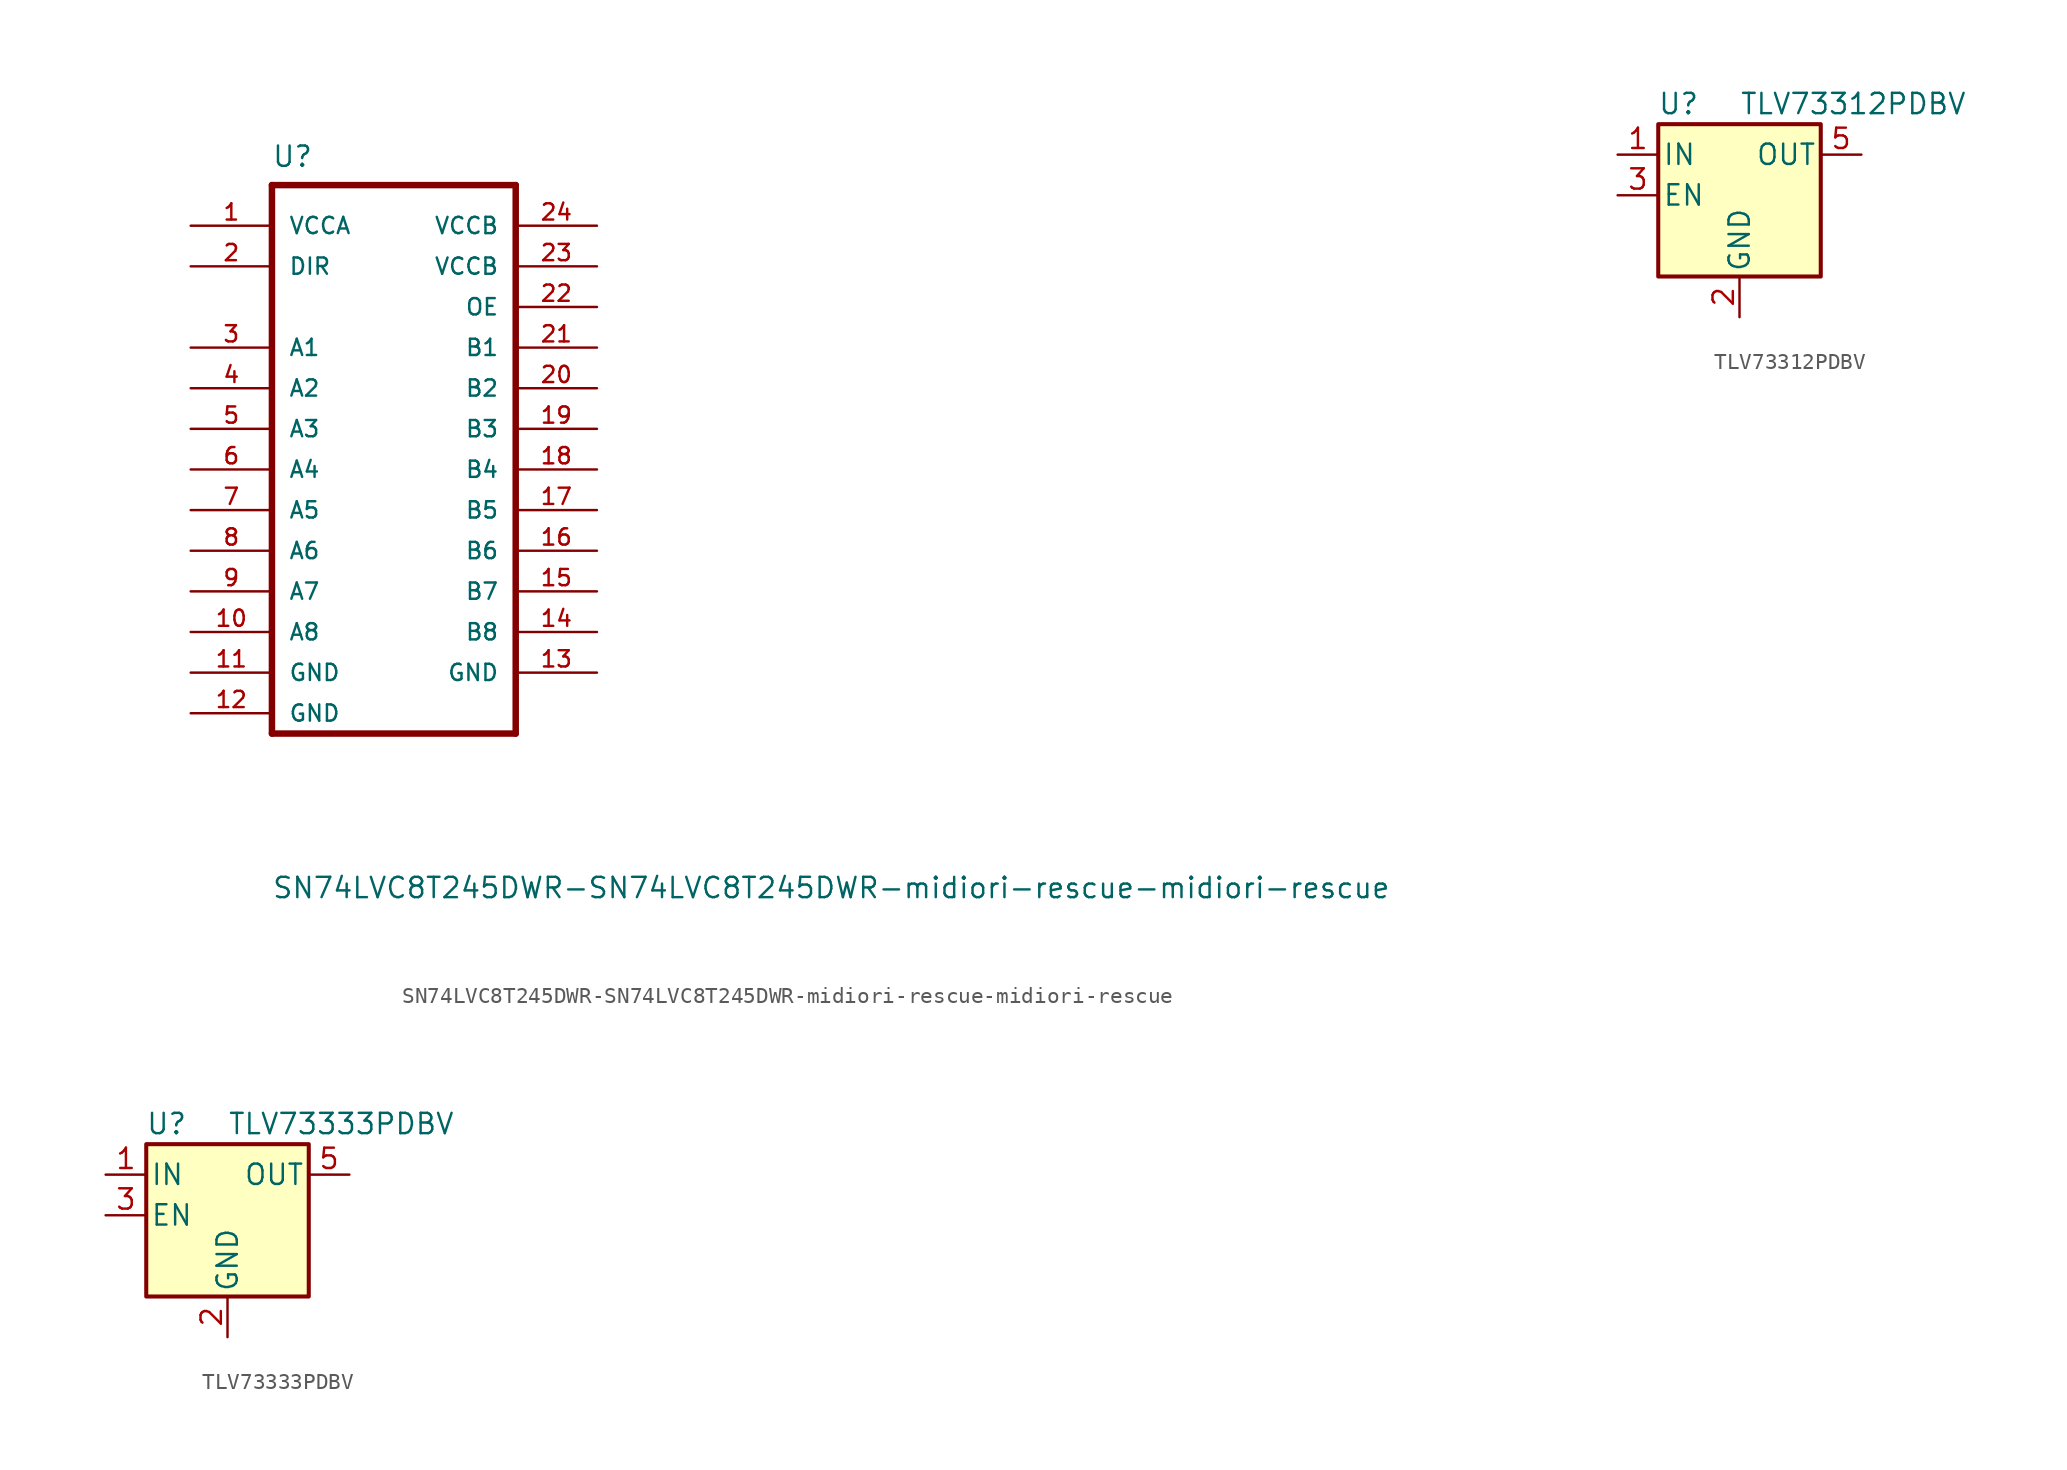
<source format=kicad_sym>
(kicad_symbol_lib
  (version 20220914)
  (generator kicad_symbol_editor)
  (symbol "SN74LVC8T245DWR-SN74LVC8T245DWR-midiori-rescue-midiori-rescue"
    (pin_names
      (offset 1.016))
    (property "Reference" "U"
      (at -17.805 21.361 0)
      (effects (font (size 1.27 1.27)) (justify left bottom)))
    (property "Value" "SN74LVC8T245DWR-SN74LVC8T245DWR-midiori-rescue-midiori-rescue"
      (at -17.805 -24.359 0)
      (effects (font (size 1.27 1.27)) (justify left bottom)))
    (property "ki_locked" ""
      (at 0 0 0)
      (effects (font (size 1.27 1.27))))
    (symbol "SN74LVC8T245DWR-SN74LVC8T245DWR-midiori-rescue-midiori-rescue_0_0"
      (polyline (pts (xy -17.78 -13.97) (xy -17.78 20.32)) (stroke (width 0.406) (type default)) (fill (type none)))
      (polyline (pts (xy -17.78 20.32) (xy -2.54 20.32)) (stroke (width 0.406) (type default)) (fill (type none)))
      (polyline (pts (xy -2.54 -13.97) (xy -17.78 -13.97)) (stroke (width 0.406) (type default)) (fill (type none)))
      (polyline (pts (xy -2.54 20.32) (xy -2.54 -13.97)) (stroke (width 0.406) (type default)) (fill (type none)))
      (pin power_in line (at -22.86 17.78 0) (length 5.08) (name "VCCA" (effects (font (size 1.016 1.016)))) (number "1" (effects (font (size 1.016 1.016)))))
      (pin bidirectional line (at -22.86 -7.62 0) (length 5.08) (name "A8" (effects (font (size 1.016 1.016)))) (number "10" (effects (font (size 1.016 1.016)))))
      (pin power_in line (at -22.86 -10.16 0) (length 5.08) (name "GND" (effects (font (size 1.016 1.016)))) (number "11" (effects (font (size 1.016 1.016)))))
      (pin power_in line (at -22.86 -12.7 0) (length 5.08) (name "GND" (effects (font (size 1.016 1.016)))) (number "12" (effects (font (size 1.016 1.016)))))
      (pin power_in line (at 2.54 -10.16 180) (length 5.08) (name "GND" (effects (font (size 1.016 1.016)))) (number "13" (effects (font (size 1.016 1.016)))))
      (pin bidirectional line (at 2.54 -7.62 180) (length 5.08) (name "B8" (effects (font (size 1.016 1.016)))) (number "14" (effects (font (size 1.016 1.016)))))
      (pin bidirectional line (at 2.54 -5.08 180) (length 5.08) (name "B7" (effects (font (size 1.016 1.016)))) (number "15" (effects (font (size 1.016 1.016)))))
      (pin bidirectional line (at 2.54 -2.54 180) (length 5.08) (name "B6" (effects (font (size 1.016 1.016)))) (number "16" (effects (font (size 1.016 1.016)))))
      (pin bidirectional line (at 2.54 0 180) (length 5.08) (name "B5" (effects (font (size 1.016 1.016)))) (number "17" (effects (font (size 1.016 1.016)))))
      (pin bidirectional line (at 2.54 2.54 180) (length 5.08) (name "B4" (effects (font (size 1.016 1.016)))) (number "18" (effects (font (size 1.016 1.016)))))
      (pin bidirectional line (at 2.54 5.08 180) (length 5.08) (name "B3" (effects (font (size 1.016 1.016)))) (number "19" (effects (font (size 1.016 1.016)))))
      (pin bidirectional line (at -22.86 15.24 0) (length 5.08) (name "DIR" (effects (font (size 1.016 1.016)))) (number "2" (effects (font (size 1.016 1.016)))))
      (pin bidirectional line (at 2.54 7.62 180) (length 5.08) (name "B2" (effects (font (size 1.016 1.016)))) (number "20" (effects (font (size 1.016 1.016)))))
      (pin bidirectional line (at 2.54 10.16 180) (length 5.08) (name "B1" (effects (font (size 1.016 1.016)))) (number "21" (effects (font (size 1.016 1.016)))))
      (pin bidirectional line (at 2.54 12.7 180) (length 5.08) (name "OE" (effects (font (size 1.016 1.016)))) (number "22" (effects (font (size 1.016 1.016)))))
      (pin power_in line (at 2.54 15.24 180) (length 5.08) (name "VCCB" (effects (font (size 1.016 1.016)))) (number "23" (effects (font (size 1.016 1.016)))))
      (pin power_in line (at 2.54 17.78 180) (length 5.08) (name "VCCB" (effects (font (size 1.016 1.016)))) (number "24" (effects (font (size 1.016 1.016)))))
      (pin bidirectional line (at -22.86 10.16 0) (length 5.08) (name "A1" (effects (font (size 1.016 1.016)))) (number "3" (effects (font (size 1.016 1.016)))))
      (pin bidirectional line (at -22.86 7.62 0) (length 5.08) (name "A2" (effects (font (size 1.016 1.016)))) (number "4" (effects (font (size 1.016 1.016)))))
      (pin bidirectional line (at -22.86 5.08 0) (length 5.08) (name "A3" (effects (font (size 1.016 1.016)))) (number "5" (effects (font (size 1.016 1.016)))))
      (pin bidirectional line (at -22.86 2.54 0) (length 5.08) (name "A4" (effects (font (size 1.016 1.016)))) (number "6" (effects (font (size 1.016 1.016)))))
      (pin bidirectional line (at -22.86 0 0) (length 5.08) (name "A5" (effects (font (size 1.016 1.016)))) (number "7" (effects (font (size 1.016 1.016)))))
      (pin bidirectional line (at -22.86 -2.54 0) (length 5.08) (name "A6" (effects (font (size 1.016 1.016)))) (number "8" (effects (font (size 1.016 1.016)))))
      (pin bidirectional line (at -22.86 -5.08 0) (length 5.08) (name "A7" (effects (font (size 1.016 1.016)))) (number "9" (effects (font (size 1.016 1.016)))))))
  (symbol "TLV73312PDBV"
    (pin_names
      (offset 0.254))
    (property "Reference" "U"
      (at -3.81 5.715 0)
      (effects (font (size 1.27 1.27))))
    (property "Value" "TLV73312PDBV"
      (at 0 5.715 0)
      (effects (font (size 1.27 1.27)) (justify left)))
    (symbol "TLV73312PDBV_0_1"
      (rectangle (start -5.08 4.445) (end 5.08 -5.08) (stroke (width 0.254) (type default)) (fill (type background))))
    (symbol "TLV73312PDBV_1_1"
      (pin power_in line (at -7.62 2.54 0) (length 2.54) (name "IN" (effects (font (size 1.27 1.27)))) (number "1" (effects (font (size 1.27 1.27)))))
      (pin power_in line (at 0 -7.62 90) (length 2.54) (name "GND" (effects (font (size 1.27 1.27)))) (number "2" (effects (font (size 1.27 1.27)))))
      (pin input line (at -7.62 0 0) (length 2.54) (name "EN" (effects (font (size 1.27 1.27)))) (number "3" (effects (font (size 1.27 1.27)))))
      (pin no_connect line (at 5.08 0 180) (length 2.54) hide (name "NC" (effects (font (size 1.27 1.27)))) (number "4" (effects (font (size 1.27 1.27)))))
      (pin power_out line (at 7.62 2.54 180) (length 2.54) (name "OUT" (effects (font (size 1.27 1.27)))) (number "5" (effects (font (size 1.27 1.27)))))))
  (symbol "TLV73333PDBV"
    (pin_names
      (offset 0.254))
    (property "Reference" "U"
      (at -3.81 5.715 0)
      (effects (font (size 1.27 1.27))))
    (property "Value" "TLV73333PDBV"
      (at 0 5.715 0)
      (effects (font (size 1.27 1.27)) (justify left)))
    (symbol "TLV73333PDBV_0_1"
      (rectangle (start -5.08 4.445) (end 5.08 -5.08) (stroke (width 0.254) (type default)) (fill (type background))))
    (symbol "TLV73333PDBV_1_1"
      (pin power_in line (at -7.62 2.54 0) (length 2.54) (name "IN" (effects (font (size 1.27 1.27)))) (number "1" (effects (font (size 1.27 1.27)))))
      (pin power_in line (at 0 -7.62 90) (length 2.54) (name "GND" (effects (font (size 1.27 1.27)))) (number "2" (effects (font (size 1.27 1.27)))))
      (pin input line (at -7.62 0 0) (length 2.54) (name "EN" (effects (font (size 1.27 1.27)))) (number "3" (effects (font (size 1.27 1.27)))))
      (pin no_connect line (at 5.08 0 180) (length 2.54) hide (name "NC" (effects (font (size 1.27 1.27)))) (number "4" (effects (font (size 1.27 1.27)))))
      (pin power_out line (at 7.62 2.54 180) (length 2.54) (name "OUT" (effects (font (size 1.27 1.27)))) (number "5" (effects (font (size 1.27 1.27))))))))
</source>
